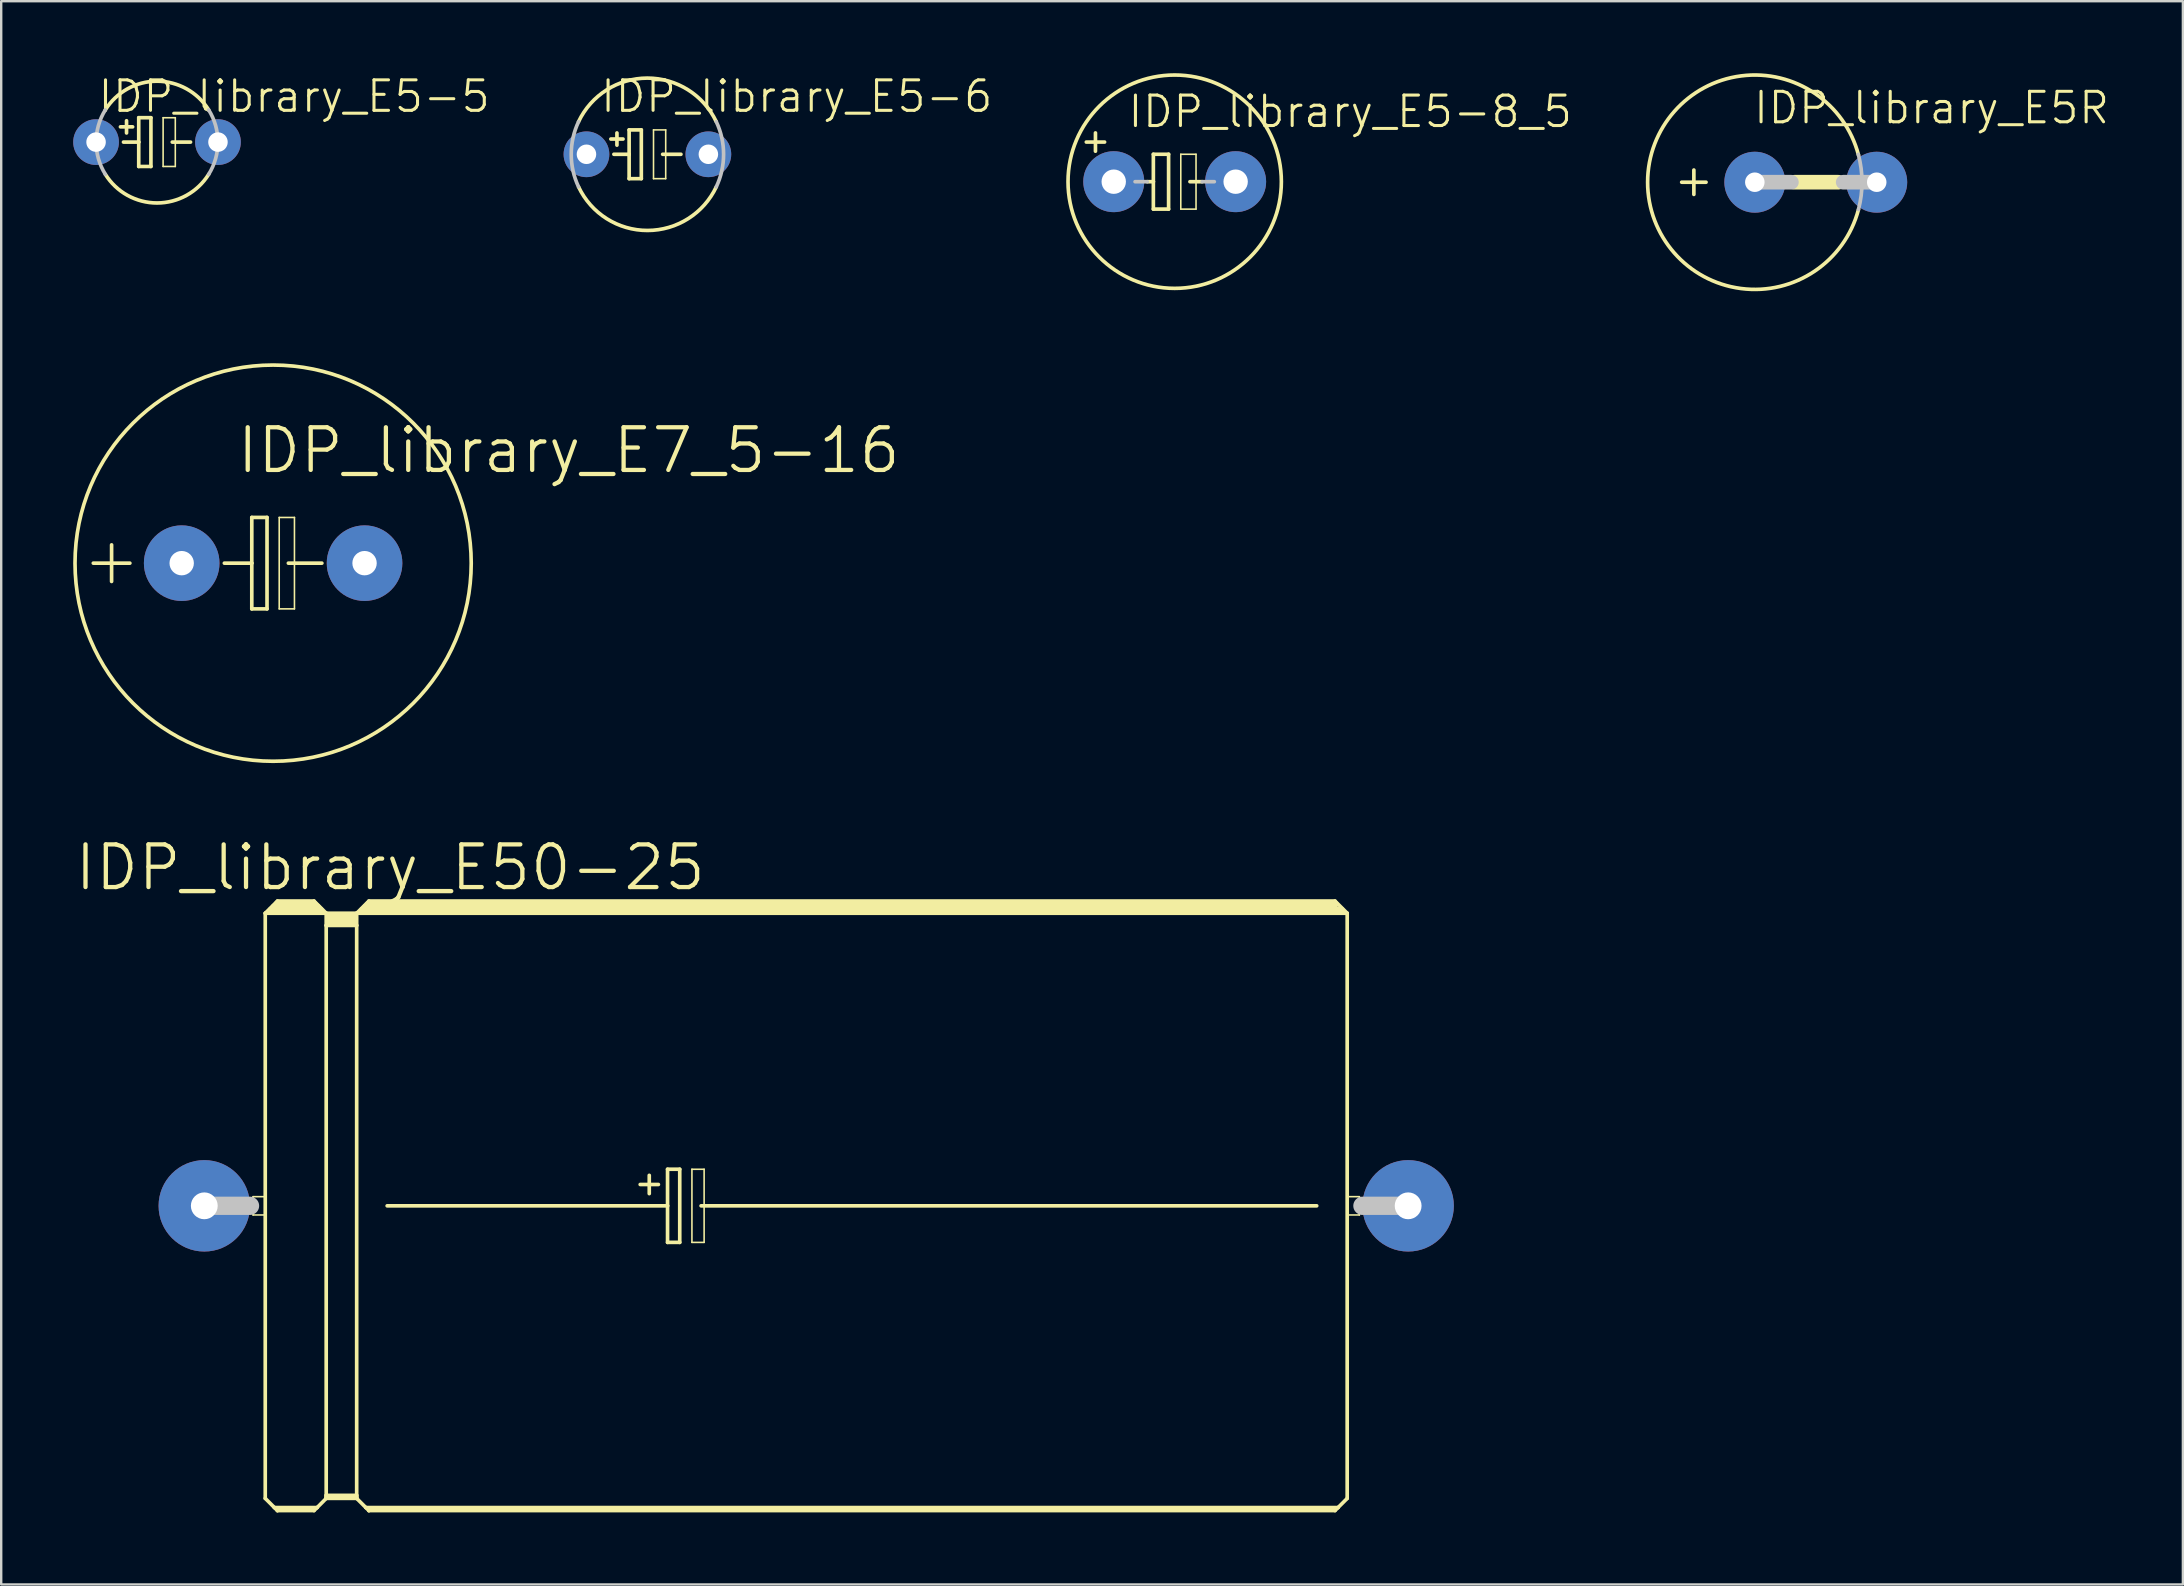
<source format=kicad_pcb>
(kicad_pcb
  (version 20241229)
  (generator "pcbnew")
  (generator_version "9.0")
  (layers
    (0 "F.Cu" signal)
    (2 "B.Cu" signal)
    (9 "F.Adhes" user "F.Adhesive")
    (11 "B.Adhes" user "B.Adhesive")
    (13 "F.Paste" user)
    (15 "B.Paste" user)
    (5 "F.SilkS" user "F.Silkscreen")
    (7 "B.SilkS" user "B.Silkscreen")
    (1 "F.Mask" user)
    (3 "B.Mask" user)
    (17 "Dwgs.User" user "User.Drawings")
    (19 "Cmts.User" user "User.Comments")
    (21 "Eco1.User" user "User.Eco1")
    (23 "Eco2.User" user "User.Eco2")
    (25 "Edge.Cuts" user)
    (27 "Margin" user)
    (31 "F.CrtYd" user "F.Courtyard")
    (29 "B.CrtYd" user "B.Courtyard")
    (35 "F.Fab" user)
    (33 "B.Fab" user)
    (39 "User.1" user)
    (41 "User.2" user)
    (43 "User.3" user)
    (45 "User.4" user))
  (footprint "IDP_library_E50-25"
    (layer "F.Cu")
    (at 30.863 47.197)
    (property "Reference" "IDP_library_E50-25" (at -17.65 -14.097 0) (layer "F.SilkS") (effects (font (size 1.778 1.778) (thickness 0.178))))
    (attr exclude_from_pos_files exclude_from_bom)
    (fp_line (start -23.368 -0.381) (end -22.86 -0.381) (stroke (width 0.066) (type solid)) (layer "F.SilkS"))
    (fp_line (start -23.368 0.381) (end -23.368 -0.381) (stroke (width 0.066) (type solid)) (layer "F.SilkS"))
    (fp_line (start -23.368 0.381) (end -22.86 0.381) (stroke (width 0.066) (type solid)) (layer "F.SilkS"))
    (fp_line (start -22.86 -12.192) (end -22.86 12.192) (stroke (width 0.152) (type solid)) (layer "F.SilkS"))
    (fp_line (start -22.86 -12.192) (end -22.352 -12.7) (stroke (width 0.152) (type solid)) (layer "F.SilkS"))
    (fp_line (start -22.86 -12.192) (end -20.32 -12.192) (stroke (width 0.152) (type solid)) (layer "F.SilkS"))
    (fp_line (start -22.86 0.381) (end -22.86 -0.381) (stroke (width 0.066) (type solid)) (layer "F.SilkS"))
    (fp_line (start -22.86 12.192) (end -22.479 12.573) (stroke (width 0.152) (type solid)) (layer "F.SilkS"))
    (fp_line (start -22.606 -12.319) (end -22.479 -12.319) (stroke (width 0.305) (type solid)) (layer "F.SilkS"))
    (fp_line (start -22.479 -12.319) (end -22.479 -12.446) (stroke (width 0.305) (type solid)) (layer "F.SilkS"))
    (fp_line (start -22.479 -12.319) (end -20.698 -12.319) (stroke (width 0.305) (type solid)) (layer "F.SilkS"))
    (fp_line (start -22.479 12.573) (end -22.352 12.7) (stroke (width 0.152) (type solid)) (layer "F.SilkS"))
    (fp_line (start -22.479 12.573) (end -20.698 12.573) (stroke (width 0.152) (type solid)) (layer "F.SilkS"))
    (fp_line (start -22.352 -12.7) (end -20.828 -12.7) (stroke (width 0.152) (type solid)) (layer "F.SilkS"))
    (fp_line (start -22.352 -12.573) (end -20.828 -12.573) (stroke (width 0.305) (type solid)) (layer "F.SilkS"))
    (fp_line (start -22.352 12.649) (end -20.828 12.649) (stroke (width 0.152) (type solid)) (layer "F.SilkS"))
    (fp_line (start -22.352 12.7) (end -22.352 12.649) (stroke (width 0.152) (type solid)) (layer "F.SilkS"))
    (fp_line (start -22.352 12.7) (end -20.828 12.7) (stroke (width 0.152) (type solid)) (layer "F.SilkS"))
    (fp_line (start -20.698 -12.319) (end -20.698 -12.446) (stroke (width 0.305) (type solid)) (layer "F.SilkS"))
    (fp_line (start -20.698 -12.319) (end -20.574 -12.319) (stroke (width 0.305) (type solid)) (layer "F.SilkS"))
    (fp_line (start -20.698 12.573) (end -20.828 12.7) (stroke (width 0.152) (type solid)) (layer "F.SilkS"))
    (fp_line (start -20.32 -12.192) (end -20.828 -12.7) (stroke (width 0.152) (type solid)) (layer "F.SilkS"))
    (fp_line (start -20.32 -12.192) (end -20.32 -11.684) (stroke (width 0.152) (type solid)) (layer "F.SilkS"))
    (fp_line (start -20.32 -12.192) (end -19.05 -12.192) (stroke (width 0.152) (type solid)) (layer "F.SilkS"))
    (fp_line (start -20.32 -11.684) (end -20.32 12.065) (stroke (width 0.152) (type solid)) (layer "F.SilkS"))
    (fp_line (start -20.32 -11.684) (end -19.05 -11.684) (stroke (width 0.152) (type solid)) (layer "F.SilkS"))
    (fp_line (start -20.32 12.065) (end -20.32 12.141) (stroke (width 0.152) (type solid)) (layer "F.SilkS"))
    (fp_line (start -20.32 12.065) (end -19.05 12.065) (stroke (width 0.152) (type solid)) (layer "F.SilkS"))
    (fp_line (start -20.32 12.141) (end -20.32 12.192) (stroke (width 0.152) (type solid)) (layer "F.SilkS"))
    (fp_line (start -20.32 12.141) (end -19.05 12.141) (stroke (width 0.152) (type solid)) (layer "F.SilkS"))
    (fp_line (start -20.32 12.192) (end -20.698 12.573) (stroke (width 0.152) (type solid)) (layer "F.SilkS"))
    (fp_line (start -20.32 12.192) (end -19.05 12.192) (stroke (width 0.152) (type solid)) (layer "F.SilkS"))
    (fp_line (start -20.193 -12.065) (end -19.177 -12.065) (stroke (width 0.305) (type solid)) (layer "F.SilkS"))
    (fp_line (start -20.193 -11.811) (end -19.177 -11.811) (stroke (width 0.305) (type solid)) (layer "F.SilkS"))
    (fp_line (start -19.05 -12.192) (end -19.05 -11.684) (stroke (width 0.152) (type solid)) (layer "F.SilkS"))
    (fp_line (start -19.05 -12.192) (end 22.225 -12.192) (stroke (width 0.152) (type solid)) (layer "F.SilkS"))
    (fp_line (start -19.05 -11.684) (end -19.05 12.065) (stroke (width 0.152) (type solid)) (layer "F.SilkS"))
    (fp_line (start -19.05 12.065) (end -19.05 12.141) (stroke (width 0.152) (type solid)) (layer "F.SilkS"))
    (fp_line (start -19.05 12.141) (end -19.05 12.192) (stroke (width 0.152) (type solid)) (layer "F.SilkS"))
    (fp_line (start -19.05 12.192) (end -18.669 12.573) (stroke (width 0.152) (type solid)) (layer "F.SilkS"))
    (fp_line (start -18.796 -12.319) (end -18.669 -12.319) (stroke (width 0.305) (type solid)) (layer "F.SilkS"))
    (fp_line (start -18.669 -12.319) (end -18.669 -12.446) (stroke (width 0.305) (type solid)) (layer "F.SilkS"))
    (fp_line (start -18.669 -12.319) (end 21.971 -12.319) (stroke (width 0.305) (type solid)) (layer "F.SilkS"))
    (fp_line (start -18.669 12.573) (end -18.542 12.7) (stroke (width 0.152) (type solid)) (layer "F.SilkS"))
    (fp_line (start -18.669 12.573) (end 21.844 12.573) (stroke (width 0.152) (type solid)) (layer "F.SilkS"))
    (fp_line (start -18.542 -12.7) (end -19.05 -12.192) (stroke (width 0.152) (type solid)) (layer "F.SilkS"))
    (fp_line (start -18.542 -12.7) (end 21.717 -12.7) (stroke (width 0.152) (type solid)) (layer "F.SilkS"))
    (fp_line (start -18.542 -12.573) (end 21.717 -12.573) (stroke (width 0.305) (type solid)) (layer "F.SilkS"))
    (fp_line (start -18.542 12.649) (end 21.717 12.649) (stroke (width 0.152) (type solid)) (layer "F.SilkS"))
    (fp_line (start -18.542 12.7) (end -18.542 12.649) (stroke (width 0.152) (type solid)) (layer "F.SilkS"))
    (fp_line (start -17.78 0) (end -6.096 0) (stroke (width 0.152) (type solid)) (layer "F.SilkS"))
    (fp_line (start -7.236 -0.889) (end -6.477 -0.889) (stroke (width 0.152) (type solid)) (layer "F.SilkS"))
    (fp_line (start -6.858 -1.27) (end -6.858 -0.508) (stroke (width 0.152) (type solid)) (layer "F.SilkS"))
    (fp_line (start -6.096 -1.524) (end -6.096 0) (stroke (width 0.152) (type solid)) (layer "F.SilkS"))
    (fp_line (start -6.096 0) (end -6.096 1.524) (stroke (width 0.152) (type solid)) (layer "F.SilkS"))
    (fp_line (start -6.096 1.524) (end -5.588 1.524) (stroke (width 0.152) (type solid)) (layer "F.SilkS"))
    (fp_line (start -5.588 -1.524) (end -6.096 -1.524) (stroke (width 0.152) (type solid)) (layer "F.SilkS"))
    (fp_line (start -5.588 1.524) (end -5.588 -1.524) (stroke (width 0.152) (type solid)) (layer "F.SilkS"))
    (fp_line (start -5.08 -1.524) (end -4.572 -1.524) (stroke (width 0.066) (type solid)) (layer "F.SilkS"))
    (fp_line (start -5.08 1.524) (end -5.08 -1.524) (stroke (width 0.066) (type solid)) (layer "F.SilkS"))
    (fp_line (start -5.08 1.524) (end -4.572 1.524) (stroke (width 0.066) (type solid)) (layer "F.SilkS"))
    (fp_line (start -4.699 0) (end 20.955 0) (stroke (width 0.152) (type solid)) (layer "F.SilkS"))
    (fp_line (start -4.572 1.524) (end -4.572 -1.524) (stroke (width 0.066) (type solid)) (layer "F.SilkS"))
    (fp_line (start 21.717 -12.7) (end 22.225 -12.192) (stroke (width 0.152) (type solid)) (layer "F.SilkS"))
    (fp_line (start 21.717 12.7) (end -18.542 12.7) (stroke (width 0.152) (type solid)) (layer "F.SilkS"))
    (fp_line (start 21.844 12.573) (end 21.717 12.7) (stroke (width 0.152) (type solid)) (layer "F.SilkS"))
    (fp_line (start 22.225 -12.192) (end 22.225 12.192) (stroke (width 0.152) (type solid)) (layer "F.SilkS"))
    (fp_line (start 22.225 -0.381) (end 22.733 -0.381) (stroke (width 0.066) (type solid)) (layer "F.SilkS"))
    (fp_line (start 22.225 0.381) (end 22.225 -0.381) (stroke (width 0.066) (type solid)) (layer "F.SilkS"))
    (fp_line (start 22.225 0.381) (end 22.733 0.381) (stroke (width 0.066) (type solid)) (layer "F.SilkS"))
    (fp_line (start 22.225 12.192) (end 21.844 12.573) (stroke (width 0.152) (type solid)) (layer "F.SilkS"))
    (fp_line (start 22.733 0.381) (end 22.733 -0.381) (stroke (width 0.066) (type solid)) (layer "F.SilkS"))
    (fp_line (start -25.4 0) (end -23.495 0) (stroke (width 0.762) (type solid)) (layer "Dwgs.User"))
    (fp_line (start 24.765 0) (end 22.86 0) (stroke (width 0.762) (type solid)) (layer "Dwgs.User"))
    (pad "+" thru_hole circle (at -25.4 0) (size 3.81 3.81) (drill 1.118) (layers "*.Cu" "*.Paste" "*.Mask"))
    (pad "-" thru_hole circle (at 24.765 0) (size 3.81 3.81) (drill 1.118) (layers "*.Cu" "*.Paste" "*.Mask")))
  (footprint "IDP_library_E5-8_5"
    (layer "F.Cu")
    (at 45.9 4.521)
    (property "Reference" "IDP_library_E5-8_5" (at 7.315 -2.921 0) (layer "F.SilkS") (effects (font (size 1.27 1.27) (thickness 0.127))))
    (attr exclude_from_pos_files exclude_from_bom)
    (fp_line (start -3.683 -1.651) (end -2.921 -1.651) (stroke (width 0.152) (type solid)) (layer "F.SilkS"))
    (fp_line (start -3.302 -2.032) (end -3.302 -1.27) (stroke (width 0.152) (type solid)) (layer "F.SilkS"))
    (fp_line (start -1.143 0) (end -0.889 0) (stroke (width 0.152) (type solid)) (layer "F.SilkS"))
    (fp_line (start -0.889 -1.143) (end -0.889 0) (stroke (width 0.152) (type solid)) (layer "F.SilkS"))
    (fp_line (start -0.889 0) (end -0.889 1.143) (stroke (width 0.152) (type solid)) (layer "F.SilkS"))
    (fp_line (start -0.889 1.143) (end -0.254 1.143) (stroke (width 0.152) (type solid)) (layer "F.SilkS"))
    (fp_line (start -0.254 -1.143) (end -0.889 -1.143) (stroke (width 0.152) (type solid)) (layer "F.SilkS"))
    (fp_line (start -0.254 1.143) (end -0.254 -1.143) (stroke (width 0.152) (type solid)) (layer "F.SilkS"))
    (fp_line (start 0.254 -1.143) (end 0.889 -1.143) (stroke (width 0.066) (type solid)) (layer "F.SilkS"))
    (fp_line (start 0.254 1.143) (end 0.254 -1.143) (stroke (width 0.066) (type solid)) (layer "F.SilkS"))
    (fp_line (start 0.254 1.143) (end 0.889 1.143) (stroke (width 0.066) (type solid)) (layer "F.SilkS"))
    (fp_line (start 0.635 0) (end 1.143 0) (stroke (width 0.152) (type solid)) (layer "F.SilkS"))
    (fp_line (start 0.889 1.143) (end 0.889 -1.143) (stroke (width 0.066) (type solid)) (layer "F.SilkS"))
    (fp_circle (center 0 0) (end 0 -4.445) (stroke (width 0.152) (type solid)) (fill no) (layer "F.SilkS"))
    (fp_line (start -1.651 0) (end -1.143 0) (stroke (width 0.152) (type solid)) (layer "Dwgs.User"))
    (fp_line (start 1.143 0) (end 1.651 0) (stroke (width 0.152) (type solid)) (layer "Dwgs.User"))
    (pad "+" thru_hole circle (at -2.54 0) (size 2.54 2.54) (drill 1.016) (layers "*.Cu" "*.Paste" "*.Mask"))
    (pad "-" thru_hole circle (at 2.54 0) (size 2.54 2.54) (drill 1.016) (layers "*.Cu" "*.Paste" "*.Mask")))
  (footprint "IDP_library_E7_5-16"
    (layer "F.Cu")
    (at 8.331 20.417)
    (property "Reference" "IDP_library_E7_5-16" (at 12.319 -4.699 0) (layer "F.SilkS") (effects (font (size 1.778 1.778) (thickness 0.178))))
    (attr exclude_from_pos_files exclude_from_bom)
    (fp_line (start -7.493 0) (end -5.969 0) (stroke (width 0.152) (type solid)) (layer "F.SilkS"))
    (fp_line (start -6.731 0.762) (end -6.731 -0.762) (stroke (width 0.152) (type solid)) (layer "F.SilkS"))
    (fp_line (start -0.889 -1.905) (end -0.889 0) (stroke (width 0.152) (type solid)) (layer "F.SilkS"))
    (fp_line (start -0.889 0) (end -2.032 0) (stroke (width 0.152) (type solid)) (layer "F.SilkS"))
    (fp_line (start -0.889 0) (end -0.889 1.905) (stroke (width 0.152) (type solid)) (layer "F.SilkS"))
    (fp_line (start -0.889 1.905) (end -0.254 1.905) (stroke (width 0.152) (type solid)) (layer "F.SilkS"))
    (fp_line (start -0.254 -1.905) (end -0.889 -1.905) (stroke (width 0.152) (type solid)) (layer "F.SilkS"))
    (fp_line (start -0.254 1.905) (end -0.254 -1.905) (stroke (width 0.152) (type solid)) (layer "F.SilkS"))
    (fp_line (start 0.254 -1.905) (end 0.889 -1.905) (stroke (width 0.066) (type solid)) (layer "F.SilkS"))
    (fp_line (start 0.254 1.905) (end 0.254 -1.905) (stroke (width 0.066) (type solid)) (layer "F.SilkS"))
    (fp_line (start 0.254 1.905) (end 0.889 1.905) (stroke (width 0.066) (type solid)) (layer "F.SilkS"))
    (fp_line (start 0.635 0) (end 2.032 0) (stroke (width 0.152) (type solid)) (layer "F.SilkS"))
    (fp_line (start 0.889 1.905) (end 0.889 -1.905) (stroke (width 0.066) (type solid)) (layer "F.SilkS"))
    (fp_circle (center 0 0) (end 0 -8.255) (stroke (width 0.152) (type solid)) (fill no) (layer "F.SilkS"))
    (pad "+" thru_hole circle (at -3.81 0) (size 3.15 3.15) (drill 1.016) (layers "*.Cu" "*.Paste" "*.Mask"))
    (pad "-" thru_hole circle (at 3.81 0) (size 3.15 3.15) (drill 1.016) (layers "*.Cu" "*.Paste" "*.Mask")))
  (footprint "IDP_library_E5-5"
    (layer "F.Cu")
    (at 3.493 2.871)
    (property "Reference" "IDP_library_E5-5" (at 5.715 -1.905 0) (layer "F.SilkS") (effects (font (size 1.27 1.27) (thickness 0.127))))
    (attr exclude_from_pos_files exclude_from_bom)
    (fp_line (start -1.524 -0.635) (end -1.016 -0.635) (stroke (width 0.152) (type solid)) (layer "F.SilkS"))
    (fp_line (start -1.397 0) (end -0.762 0) (stroke (width 0.152) (type solid)) (layer "F.SilkS"))
    (fp_line (start -1.27 -0.381) (end -1.27 -0.889) (stroke (width 0.152) (type solid)) (layer "F.SilkS"))
    (fp_line (start -0.762 -1.016) (end -0.762 0) (stroke (width 0.152) (type solid)) (layer "F.SilkS"))
    (fp_line (start -0.762 0) (end -0.762 1.016) (stroke (width 0.152) (type solid)) (layer "F.SilkS"))
    (fp_line (start -0.762 1.016) (end -0.254 1.016) (stroke (width 0.152) (type solid)) (layer "F.SilkS"))
    (fp_line (start -0.254 -1.016) (end -0.762 -1.016) (stroke (width 0.152) (type solid)) (layer "F.SilkS"))
    (fp_line (start -0.254 1.016) (end -0.254 -1.016) (stroke (width 0.152) (type solid)) (layer "F.SilkS"))
    (fp_line (start 0.254 -1.016) (end 0.762 -1.016) (stroke (width 0.066) (type solid)) (layer "F.SilkS"))
    (fp_line (start 0.254 1.016) (end 0.254 -1.016) (stroke (width 0.066) (type solid)) (layer "F.SilkS"))
    (fp_line (start 0.254 1.016) (end 0.762 1.016) (stroke (width 0.066) (type solid)) (layer "F.SilkS"))
    (fp_line (start 0.635 0) (end 1.397 0) (stroke (width 0.152) (type solid)) (layer "F.SilkS"))
    (fp_line (start 0.762 1.016) (end 0.762 -1.016) (stroke (width 0.066) (type solid)) (layer "F.SilkS"))
    (fp_arc (start -2.15392 -1.34112) (mid -0.001855 -2.537316) (end 2.151957 -1.344268) (stroke (width 0.1524) (type solid)) (layer "F.SilkS"))
    (fp_arc (start 2.15392 1.34112) (mid 0.001855 2.537316) (end -2.151957 1.344268) (stroke (width 0.1524) (type solid)) (layer "F.SilkS"))
    (fp_arc (start -2.15392 1.34112) (mid -2.537316 0.000359) (end -2.154299 -1.34051) (stroke (width 0.1524) (type solid)) (layer "Dwgs.User"))
    (fp_arc (start 2.15392 -1.34112) (mid 2.537316 -0.000359) (end 2.154299 1.34051) (stroke (width 0.1524) (type solid)) (layer "Dwgs.User"))
    (pad "+" thru_hole circle (at -2.54 0) (size 1.905 1.905) (drill 0.813) (layers "*.Cu" "*.Paste" "*.Mask"))
    (pad "-" thru_hole circle (at 2.54 0) (size 1.905 1.905) (drill 0.813) (layers "*.Cu" "*.Paste" "*.Mask")))
  (footprint "IDP_library_E5-6"
    (layer "F.Cu")
    (at 23.928 3.379)
    (property "Reference" "IDP_library_E5-6" (at 6.223 -2.413 0) (layer "F.SilkS") (effects (font (size 1.27 1.27) (thickness 0.127))))
    (attr exclude_from_pos_files exclude_from_bom)
    (fp_line (start -1.524 -0.635) (end -1.016 -0.635) (stroke (width 0.152) (type solid)) (layer "F.SilkS"))
    (fp_line (start -1.397 0) (end -0.762 0) (stroke (width 0.152) (type solid)) (layer "F.SilkS"))
    (fp_line (start -1.27 -0.381) (end -1.27 -0.889) (stroke (width 0.152) (type solid)) (layer "F.SilkS"))
    (fp_line (start -0.762 -1.016) (end -0.762 0) (stroke (width 0.152) (type solid)) (layer "F.SilkS"))
    (fp_line (start -0.762 0) (end -0.762 1.016) (stroke (width 0.152) (type solid)) (layer "F.SilkS"))
    (fp_line (start -0.762 1.016) (end -0.254 1.016) (stroke (width 0.152) (type solid)) (layer "F.SilkS"))
    (fp_line (start -0.254 -1.016) (end -0.762 -1.016) (stroke (width 0.152) (type solid)) (layer "F.SilkS"))
    (fp_line (start -0.254 1.016) (end -0.254 -1.016) (stroke (width 0.152) (type solid)) (layer "F.SilkS"))
    (fp_line (start 0.254 -1.016) (end 0.762 -1.016) (stroke (width 0.066) (type solid)) (layer "F.SilkS"))
    (fp_line (start 0.254 1.016) (end 0.254 -1.016) (stroke (width 0.066) (type solid)) (layer "F.SilkS"))
    (fp_line (start 0.254 1.016) (end 0.762 1.016) (stroke (width 0.066) (type solid)) (layer "F.SilkS"))
    (fp_line (start 0.635 0) (end 1.397 0) (stroke (width 0.152) (type solid)) (layer "F.SilkS"))
    (fp_line (start 0.762 1.016) (end 0.762 -1.016) (stroke (width 0.066) (type solid)) (layer "F.SilkS"))
    (fp_arc (start -2.8702 -1.35636) (mid -0.003112 -3.174547) (end 2.867536 -1.361984) (stroke (width 0.1524) (type solid)) (layer "F.SilkS"))
    (fp_arc (start 2.8702 1.35636) (mid 0.003112 3.174547) (end -2.867536 1.361984) (stroke (width 0.1524) (type solid)) (layer "F.SilkS"))
    (fp_arc (start -2.8702 1.35636) (mid -3.174549 -0.000341) (end -2.869908 -1.356977) (stroke (width 0.1524) (type solid)) (layer "Dwgs.User"))
    (fp_arc (start 2.8702 -1.35636) (mid 3.174549 0.000341) (end 2.869908 1.356977) (stroke (width 0.1524) (type solid)) (layer "Dwgs.User"))
    (pad "+" thru_hole circle (at -2.54 0) (size 1.905 1.905) (drill 0.813) (layers "*.Cu" "*.Paste" "*.Mask"))
    (pad "-" thru_hole circle (at 2.54 0) (size 1.905 1.905) (drill 0.813) (layers "*.Cu" "*.Paste" "*.Mask")))
  (footprint "IDP_library_E5R"
    (layer "F.Cu")
    (at 72.614 4.543)
    (property "Reference" "IDP_library_E5R" (at 4.826 -3.099 0) (layer "F.SilkS") (effects (font (size 1.27 1.27) (thickness 0.127))))
    (attr exclude_from_pos_files exclude_from_bom)
    (fp_line (start -5.588 0) (end -4.572 0) (stroke (width 0.152) (type solid)) (layer "F.SilkS"))
    (fp_line (start -5.08 0.508) (end -5.08 -0.508) (stroke (width 0.152) (type solid)) (layer "F.SilkS"))
    (fp_line (start -0.889 0) (end 0.94 0) (stroke (width 0.61) (type solid)) (layer "F.SilkS"))
    (fp_arc (start 1.778 1.143) (mid -7.006714 -0.005962) (end 1.781036 -1.131468) (stroke (width 0.1524) (type solid)) (layer "F.SilkS"))
    (fp_line (start -2.54 0) (end -1.016 0) (stroke (width 0.61) (type solid)) (layer "Dwgs.User"))
    (fp_line (start 2.54 0) (end 1.143 0) (stroke (width 0.61) (type solid)) (layer "Dwgs.User"))
    (fp_arc (start 1.77292 -1.16078) (mid 1.926377 -0.012757) (end 1.77948 1.136124) (stroke (width 0.1524) (type solid)) (layer "Dwgs.User"))
    (pad "+" thru_hole circle (at -2.54 0) (size 2.54 2.54) (drill 0.813) (layers "*.Cu" "*.Paste" "*.Mask"))
    (pad "-" thru_hole circle (at 2.54 0) (size 2.54 2.54) (drill 0.813) (layers "*.Cu" "*.Paste" "*.Mask")))
  (gr_rect
    (start -3 -3)
    (end 87.912 62.974)
    (stroke (width 0.1) (type default))
    (fill no)
    (layer "Edge.Cuts")))
</source>
